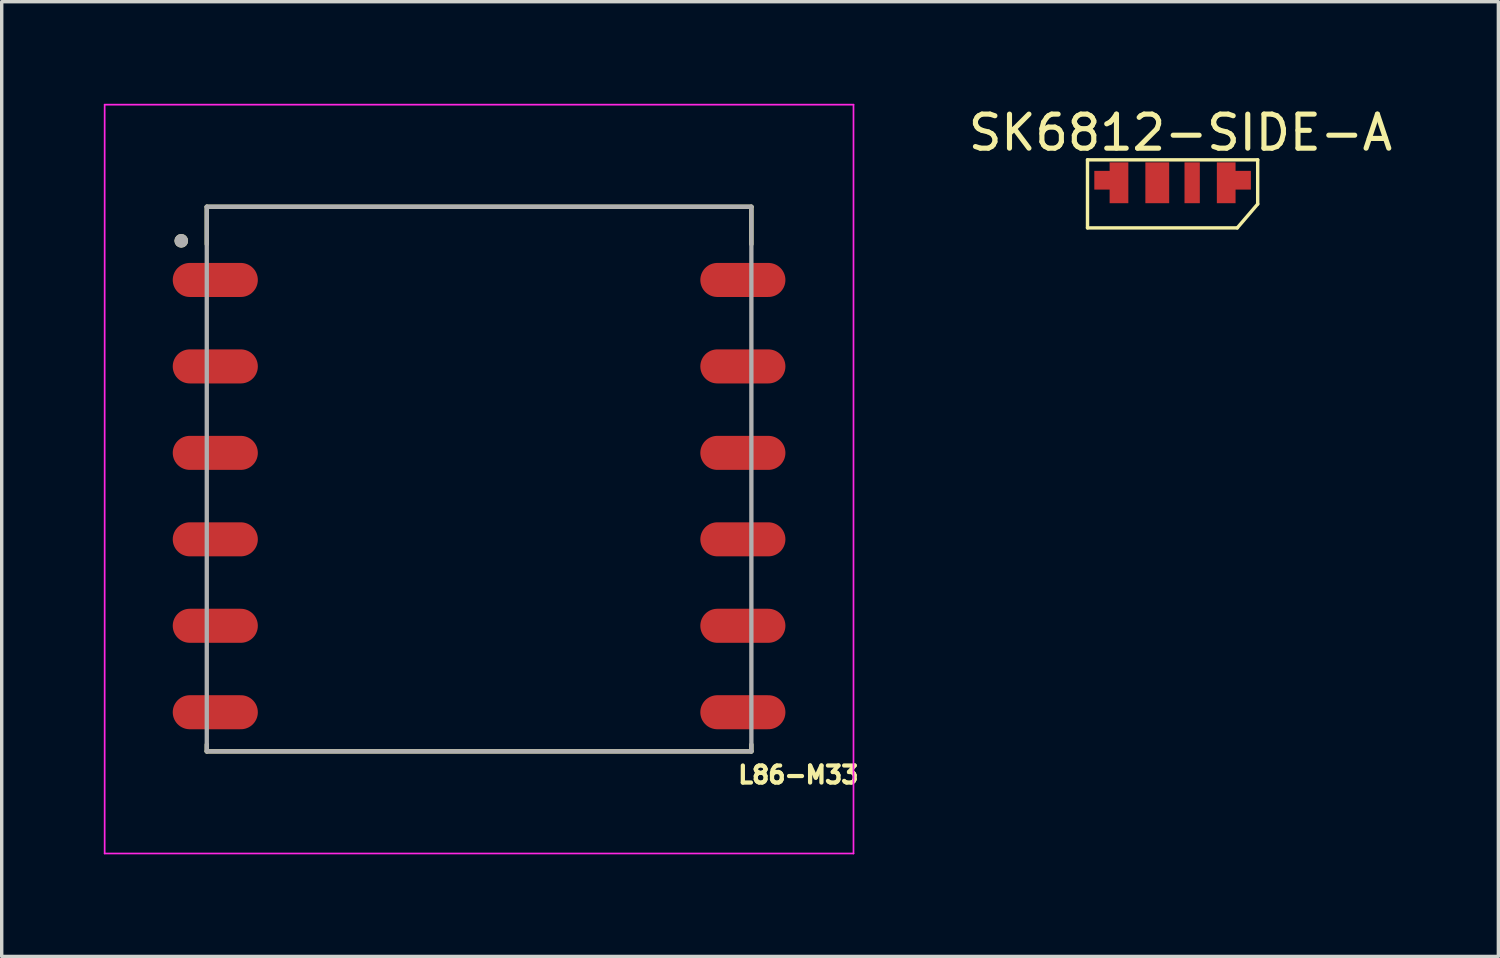
<source format=kicad_pcb>
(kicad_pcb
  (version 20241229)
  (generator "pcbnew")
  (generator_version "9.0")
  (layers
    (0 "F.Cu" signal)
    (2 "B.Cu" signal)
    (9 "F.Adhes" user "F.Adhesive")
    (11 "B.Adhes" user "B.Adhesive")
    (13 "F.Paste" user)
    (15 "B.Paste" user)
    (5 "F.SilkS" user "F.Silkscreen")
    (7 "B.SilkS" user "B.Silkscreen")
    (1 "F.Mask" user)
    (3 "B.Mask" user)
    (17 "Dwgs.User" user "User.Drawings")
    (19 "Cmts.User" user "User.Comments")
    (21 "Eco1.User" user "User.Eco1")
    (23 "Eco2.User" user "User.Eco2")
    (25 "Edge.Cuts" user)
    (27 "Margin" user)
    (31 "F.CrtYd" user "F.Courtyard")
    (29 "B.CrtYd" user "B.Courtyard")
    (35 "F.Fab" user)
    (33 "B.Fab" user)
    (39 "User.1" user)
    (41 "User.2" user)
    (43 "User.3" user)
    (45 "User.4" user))
  (footprint "SK6812-SIDE-A"
    (layer "F.Cu")
    (at 29.6 2.245)
    (property "Reference" "SK6812-SIDE-A" (at 2.032 -1.397 0) (layer "F.SilkS") (effects (font (size 1 1) (thickness 0.15))))
    (attr through_hole)
    (fp_line (start -0.7 -0.6) (end 4.3 -0.6) (stroke (width 0.1) (type solid)) (layer "F.SilkS"))
    (fp_line (start -0.7 1.4) (end -0.7 -0.6) (stroke (width 0.1) (type solid)) (layer "F.SilkS"))
    (fp_line (start 3.7 1.4) (end -0.7 1.4) (stroke (width 0.1) (type solid)) (layer "F.SilkS"))
    (fp_line (start 4.3 -0.6) (end 4.3 0.7) (stroke (width 0.1) (type solid)) (layer "F.SilkS"))
    (fp_line (start 4.3 0.7) (end 3.7 1.4) (stroke (width 0.1) (type solid)) (layer "F.SilkS"))
    (pad "1" smd custom (at 0 0) (size 1 0.55) (layers "F.Cu" "F.Mask" "F.Paste") (options (anchor rect)) (primitives (gr_poly (pts (xy -0.05 -0.525) (xy 0.5 -0.525) (xy 0.5 0.675) (xy -0.05 0.675)) (width 0) (fill yes))))
    (pad "2" smd rect (at 1.35 0) (size 0.7 1.2) (drill (offset 0 0.075)) (layers "F.Cu" "F.Mask" "F.Paste"))
    (pad "3" smd rect (at 2.375 0) (size 0.45 1.2) (drill (offset 0 0.075)) (layers "F.Cu" "F.Mask" "F.Paste"))
    (pad "4" smd custom (at 3.6 0) (size 1 0.55) (layers "F.Cu" "F.Mask" "F.Paste") (options (anchor rect)) (primitives (gr_poly (pts (xy 0.05 -0.525) (xy -0.5 -0.525) (xy -0.5 0.675) (xy 0.05 0.675)) (width 0) (fill yes)))))
  (footprint "L86-M33"
    (layer "F.Cu")
    (at 11.025 11.525)
    (property "Reference" "L86-M33" (at 9.38 8.19 0) (layer "F.SilkS") (effects (font (size 0.5 0.5) (thickness 0.125))))
    (attr smd)
    (fp_line (start -8 -8.5) (end 8 -8.5) (stroke (width 0.127) (type solid)) (layer "F.SilkS"))
    (fp_line (start -8 -7.4) (end -8 -8.5) (stroke (width 0.127) (type solid)) (layer "F.SilkS"))
    (fp_line (start -8 7.3) (end -8 7.5) (stroke (width 0.127) (type solid)) (layer "F.SilkS"))
    (fp_line (start -8 7.5) (end 8 7.5) (stroke (width 0.127) (type solid)) (layer "F.SilkS"))
    (fp_line (start 8 -8.5) (end 8 -7.4) (stroke (width 0.127) (type solid)) (layer "F.SilkS"))
    (fp_line (start 8 7.5) (end 8 7.3) (stroke (width 0.127) (type solid)) (layer "F.SilkS"))
    (fp_circle (center -8.75 -7.5) (end -8.65 -7.5) (stroke (width 0.2) (type solid)) (fill no) (layer "F.SilkS"))
    (fp_poly (pts (xy 7.1 -6.85) (xy 8.9 -6.85) (xy 8.952 -6.847) (xy 9.004 -6.839) (xy 9.055 -6.826) (xy 9.103 -6.807) (xy 9.15 -6.783) (xy 9.194 -6.755) (xy 9.235 -6.722) (xy 9.272 -6.685) (xy 9.305 -6.644) (xy 9.333 -6.6) (xy 9.357 -6.553) (xy 9.376 -6.505) (xy 9.389 -6.454) (xy 9.397 -6.402) (xy 9.4 -6.35) (xy 9.397 -6.298) (xy 9.389 -6.246) (xy 9.376 -6.195) (xy 9.357 -6.147) (xy 9.333 -6.1) (xy 9.305 -6.056) (xy 9.272 -6.015) (xy 9.235 -5.978) (xy 9.194 -5.945) (xy 9.15 -5.917) (xy 9.103 -5.893) (xy 9.055 -5.874) (xy 9.004 -5.861) (xy 8.952 -5.853) (xy 8.9 -5.85) (xy 7.1 -5.85) (xy 7.048 -5.853) (xy 6.996 -5.861) (xy 6.945 -5.874) (xy 6.897 -5.893) (xy 6.85 -5.917) (xy 6.806 -5.945) (xy 6.765 -5.978) (xy 6.728 -6.015) (xy 6.695 -6.056) (xy 6.667 -6.1) (xy 6.643 -6.147) (xy 6.624 -6.195) (xy 6.611 -6.246) (xy 6.603 -6.298) (xy 6.6 -6.35) (xy 6.603 -6.402) (xy 6.611 -6.454) (xy 6.624 -6.505) (xy 6.643 -6.553) (xy 6.667 -6.6) (xy 6.695 -6.644) (xy 6.728 -6.685) (xy 6.765 -6.722) (xy 6.806 -6.755) (xy 6.85 -6.783) (xy 6.897 -6.807) (xy 6.945 -6.826) (xy 6.996 -6.839) (xy 7.048 -6.847) (xy 7.1 -6.85)) (stroke (width 0.01) (type solid)) (fill yes) (layer "F.Paste"))
    (fp_poly (pts (xy 7.1 -4.31) (xy 8.9 -4.31) (xy 8.952 -4.307) (xy 9.004 -4.299) (xy 9.055 -4.286) (xy 9.103 -4.267) (xy 9.15 -4.243) (xy 9.194 -4.215) (xy 9.235 -4.182) (xy 9.272 -4.145) (xy 9.305 -4.104) (xy 9.333 -4.06) (xy 9.357 -4.013) (xy 9.376 -3.965) (xy 9.389 -3.914) (xy 9.397 -3.862) (xy 9.4 -3.81) (xy 9.397 -3.758) (xy 9.389 -3.706) (xy 9.376 -3.655) (xy 9.357 -3.607) (xy 9.333 -3.56) (xy 9.305 -3.516) (xy 9.272 -3.475) (xy 9.235 -3.438) (xy 9.194 -3.405) (xy 9.15 -3.377) (xy 9.103 -3.353) (xy 9.055 -3.334) (xy 9.004 -3.321) (xy 8.952 -3.313) (xy 8.9 -3.31) (xy 7.1 -3.31) (xy 7.048 -3.313) (xy 6.996 -3.321) (xy 6.945 -3.334) (xy 6.897 -3.353) (xy 6.85 -3.377) (xy 6.806 -3.405) (xy 6.765 -3.438) (xy 6.728 -3.475) (xy 6.695 -3.516) (xy 6.667 -3.56) (xy 6.643 -3.607) (xy 6.624 -3.655) (xy 6.611 -3.706) (xy 6.603 -3.758) (xy 6.6 -3.81) (xy 6.603 -3.862) (xy 6.611 -3.914) (xy 6.624 -3.965) (xy 6.643 -4.013) (xy 6.667 -4.06) (xy 6.695 -4.104) (xy 6.728 -4.145) (xy 6.765 -4.182) (xy 6.806 -4.215) (xy 6.85 -4.243) (xy 6.897 -4.267) (xy 6.945 -4.286) (xy 6.996 -4.299) (xy 7.048 -4.307) (xy 7.1 -4.31)) (stroke (width 0.01) (type solid)) (fill yes) (layer "F.Paste"))
    (fp_poly (pts (xy 7.1 -1.77) (xy 8.9 -1.77) (xy 8.952 -1.767) (xy 9.004 -1.759) (xy 9.055 -1.746) (xy 9.103 -1.727) (xy 9.15 -1.703) (xy 9.194 -1.675) (xy 9.235 -1.642) (xy 9.272 -1.605) (xy 9.305 -1.564) (xy 9.333 -1.52) (xy 9.357 -1.473) (xy 9.376 -1.425) (xy 9.389 -1.374) (xy 9.397 -1.322) (xy 9.4 -1.27) (xy 9.397 -1.218) (xy 9.389 -1.166) (xy 9.376 -1.115) (xy 9.357 -1.067) (xy 9.333 -1.02) (xy 9.305 -0.976) (xy 9.272 -0.935) (xy 9.235 -0.898) (xy 9.194 -0.865) (xy 9.15 -0.837) (xy 9.103 -0.813) (xy 9.055 -0.794) (xy 9.004 -0.781) (xy 8.952 -0.773) (xy 8.9 -0.77) (xy 7.1 -0.77) (xy 7.048 -0.773) (xy 6.996 -0.781) (xy 6.945 -0.794) (xy 6.897 -0.813) (xy 6.85 -0.837) (xy 6.806 -0.865) (xy 6.765 -0.898) (xy 6.728 -0.935) (xy 6.695 -0.976) (xy 6.667 -1.02) (xy 6.643 -1.067) (xy 6.624 -1.115) (xy 6.611 -1.166) (xy 6.603 -1.218) (xy 6.6 -1.27) (xy 6.603 -1.322) (xy 6.611 -1.374) (xy 6.624 -1.425) (xy 6.643 -1.473) (xy 6.667 -1.52) (xy 6.695 -1.564) (xy 6.728 -1.605) (xy 6.765 -1.642) (xy 6.806 -1.675) (xy 6.85 -1.703) (xy 6.897 -1.727) (xy 6.945 -1.746) (xy 6.996 -1.759) (xy 7.048 -1.767) (xy 7.1 -1.77)) (stroke (width 0.01) (type solid)) (fill yes) (layer "F.Paste"))
    (fp_poly (pts (xy 7.1 0.77) (xy 8.9 0.77) (xy 8.952 0.773) (xy 9.004 0.781) (xy 9.055 0.794) (xy 9.103 0.813) (xy 9.15 0.837) (xy 9.194 0.865) (xy 9.235 0.898) (xy 9.272 0.935) (xy 9.305 0.976) (xy 9.333 1.02) (xy 9.357 1.067) (xy 9.376 1.115) (xy 9.389 1.166) (xy 9.397 1.218) (xy 9.4 1.27) (xy 9.397 1.322) (xy 9.389 1.374) (xy 9.376 1.425) (xy 9.357 1.473) (xy 9.333 1.52) (xy 9.305 1.564) (xy 9.272 1.605) (xy 9.235 1.642) (xy 9.194 1.675) (xy 9.15 1.703) (xy 9.103 1.727) (xy 9.055 1.746) (xy 9.004 1.759) (xy 8.952 1.767) (xy 8.9 1.77) (xy 7.1 1.77) (xy 7.048 1.767) (xy 6.996 1.759) (xy 6.945 1.746) (xy 6.897 1.727) (xy 6.85 1.703) (xy 6.806 1.675) (xy 6.765 1.642) (xy 6.728 1.605) (xy 6.695 1.564) (xy 6.667 1.52) (xy 6.643 1.473) (xy 6.624 1.425) (xy 6.611 1.374) (xy 6.603 1.322) (xy 6.6 1.27) (xy 6.603 1.218) (xy 6.611 1.166) (xy 6.624 1.115) (xy 6.643 1.067) (xy 6.667 1.02) (xy 6.695 0.976) (xy 6.728 0.935) (xy 6.765 0.898) (xy 6.806 0.865) (xy 6.85 0.837) (xy 6.897 0.813) (xy 6.945 0.794) (xy 6.996 0.781) (xy 7.048 0.773) (xy 7.1 0.77)) (stroke (width 0.01) (type solid)) (fill yes) (layer "F.Paste"))
    (fp_poly (pts (xy 7.1 3.31) (xy 8.9 3.31) (xy 8.952 3.313) (xy 9.004 3.321) (xy 9.055 3.334) (xy 9.103 3.353) (xy 9.15 3.377) (xy 9.194 3.405) (xy 9.235 3.438) (xy 9.272 3.475) (xy 9.305 3.516) (xy 9.333 3.56) (xy 9.357 3.607) (xy 9.376 3.655) (xy 9.389 3.706) (xy 9.397 3.758) (xy 9.4 3.81) (xy 9.397 3.862) (xy 9.389 3.914) (xy 9.376 3.965) (xy 9.357 4.013) (xy 9.333 4.06) (xy 9.305 4.104) (xy 9.272 4.145) (xy 9.235 4.182) (xy 9.194 4.215) (xy 9.15 4.243) (xy 9.103 4.267) (xy 9.055 4.286) (xy 9.004 4.299) (xy 8.952 4.307) (xy 8.9 4.31) (xy 7.1 4.31) (xy 7.048 4.307) (xy 6.996 4.299) (xy 6.945 4.286) (xy 6.897 4.267) (xy 6.85 4.243) (xy 6.806 4.215) (xy 6.765 4.182) (xy 6.728 4.145) (xy 6.695 4.104) (xy 6.667 4.06) (xy 6.643 4.013) (xy 6.624 3.965) (xy 6.611 3.914) (xy 6.603 3.862) (xy 6.6 3.81) (xy 6.603 3.758) (xy 6.611 3.706) (xy 6.624 3.655) (xy 6.643 3.607) (xy 6.667 3.56) (xy 6.695 3.516) (xy 6.728 3.475) (xy 6.765 3.438) (xy 6.806 3.405) (xy 6.85 3.377) (xy 6.897 3.353) (xy 6.945 3.334) (xy 6.996 3.321) (xy 7.048 3.313) (xy 7.1 3.31)) (stroke (width 0.01) (type solid)) (fill yes) (layer "F.Paste"))
    (fp_poly (pts (xy 7.1 5.85) (xy 8.9 5.85) (xy 8.952 5.853) (xy 9.004 5.861) (xy 9.055 5.874) (xy 9.103 5.893) (xy 9.15 5.917) (xy 9.194 5.945) (xy 9.235 5.978) (xy 9.272 6.015) (xy 9.305 6.056) (xy 9.333 6.1) (xy 9.357 6.147) (xy 9.376 6.195) (xy 9.389 6.246) (xy 9.397 6.298) (xy 9.4 6.35) (xy 9.397 6.402) (xy 9.389 6.454) (xy 9.376 6.505) (xy 9.357 6.553) (xy 9.333 6.6) (xy 9.305 6.644) (xy 9.272 6.685) (xy 9.235 6.722) (xy 9.194 6.755) (xy 9.15 6.783) (xy 9.103 6.807) (xy 9.055 6.826) (xy 9.004 6.839) (xy 8.952 6.847) (xy 8.9 6.85) (xy 7.1 6.85) (xy 7.048 6.847) (xy 6.996 6.839) (xy 6.945 6.826) (xy 6.897 6.807) (xy 6.85 6.783) (xy 6.806 6.755) (xy 6.765 6.722) (xy 6.728 6.685) (xy 6.695 6.644) (xy 6.667 6.6) (xy 6.643 6.553) (xy 6.624 6.505) (xy 6.611 6.454) (xy 6.603 6.402) (xy 6.6 6.35) (xy 6.603 6.298) (xy 6.611 6.246) (xy 6.624 6.195) (xy 6.643 6.147) (xy 6.667 6.1) (xy 6.695 6.056) (xy 6.728 6.015) (xy 6.765 5.978) (xy 6.806 5.945) (xy 6.85 5.917) (xy 6.897 5.893) (xy 6.945 5.874) (xy 6.996 5.861) (xy 7.048 5.853) (xy 7.1 5.85)) (stroke (width 0.01) (type solid)) (fill yes) (layer "F.Paste"))
    (fp_poly (pts (xy -8 -6.85) (xy -7.2 -6.85) (xy -7.1 -6.85) (xy -7.048 -6.847) (xy -6.996 -6.839) (xy -6.945 -6.826) (xy -6.897 -6.807) (xy -6.85 -6.783) (xy -6.806 -6.755) (xy -6.765 -6.722) (xy -6.728 -6.685) (xy -6.695 -6.644) (xy -6.667 -6.6) (xy -6.643 -6.553) (xy -6.624 -6.505) (xy -6.611 -6.454) (xy -6.603 -6.402) (xy -6.6 -6.35) (xy -6.603 -6.298) (xy -6.611 -6.246) (xy -6.624 -6.195) (xy -6.643 -6.147) (xy -6.667 -6.1) (xy -6.695 -6.056) (xy -6.728 -6.015) (xy -6.765 -5.978) (xy -6.806 -5.945) (xy -6.85 -5.917) (xy -6.897 -5.893) (xy -6.945 -5.874) (xy -6.996 -5.861) (xy -7.048 -5.853) (xy -7.1 -5.85) (xy -8.9 -5.85) (xy -8.952 -5.853) (xy -9.004 -5.861) (xy -9.055 -5.874) (xy -9.103 -5.893) (xy -9.15 -5.917) (xy -9.194 -5.945) (xy -9.235 -5.978) (xy -9.272 -6.015) (xy -9.305 -6.056) (xy -9.333 -6.1) (xy -9.357 -6.147) (xy -9.376 -6.195) (xy -9.389 -6.246) (xy -9.397 -6.298) (xy -9.4 -6.35) (xy -9.397 -6.402) (xy -9.389 -6.454) (xy -9.376 -6.505) (xy -9.357 -6.553) (xy -9.333 -6.6) (xy -9.305 -6.644) (xy -9.272 -6.685) (xy -9.235 -6.722) (xy -9.194 -6.755) (xy -9.15 -6.783) (xy -9.103 -6.807) (xy -9.055 -6.826) (xy -9.004 -6.839) (xy -8.952 -6.847) (xy -8.9 -6.85) (xy -8 -6.85)) (stroke (width 0.01) (type solid)) (fill yes) (layer "F.Paste"))
    (fp_poly (pts (xy -8 -4.31) (xy -7.2 -4.31) (xy -7.1 -4.31) (xy -7.048 -4.307) (xy -6.996 -4.299) (xy -6.945 -4.286) (xy -6.897 -4.267) (xy -6.85 -4.243) (xy -6.806 -4.215) (xy -6.765 -4.182) (xy -6.728 -4.145) (xy -6.695 -4.104) (xy -6.667 -4.06) (xy -6.643 -4.013) (xy -6.624 -3.965) (xy -6.611 -3.914) (xy -6.603 -3.862) (xy -6.6 -3.81) (xy -6.603 -3.758) (xy -6.611 -3.706) (xy -6.624 -3.655) (xy -6.643 -3.607) (xy -6.667 -3.56) (xy -6.695 -3.516) (xy -6.728 -3.475) (xy -6.765 -3.438) (xy -6.806 -3.405) (xy -6.85 -3.377) (xy -6.897 -3.353) (xy -6.945 -3.334) (xy -6.996 -3.321) (xy -7.048 -3.313) (xy -7.1 -3.31) (xy -8.9 -3.31) (xy -8.952 -3.313) (xy -9.004 -3.321) (xy -9.055 -3.334) (xy -9.103 -3.353) (xy -9.15 -3.377) (xy -9.194 -3.405) (xy -9.235 -3.438) (xy -9.272 -3.475) (xy -9.305 -3.516) (xy -9.333 -3.56) (xy -9.357 -3.607) (xy -9.376 -3.655) (xy -9.389 -3.706) (xy -9.397 -3.758) (xy -9.4 -3.81) (xy -9.397 -3.862) (xy -9.389 -3.914) (xy -9.376 -3.965) (xy -9.357 -4.013) (xy -9.333 -4.06) (xy -9.305 -4.104) (xy -9.272 -4.145) (xy -9.235 -4.182) (xy -9.194 -4.215) (xy -9.15 -4.243) (xy -9.103 -4.267) (xy -9.055 -4.286) (xy -9.004 -4.299) (xy -8.952 -4.307) (xy -8.9 -4.31) (xy -8 -4.31)) (stroke (width 0.01) (type solid)) (fill yes) (layer "F.Paste"))
    (fp_poly (pts (xy -8 -1.77) (xy -7.2 -1.77) (xy -7.1 -1.77) (xy -7.048 -1.767) (xy -6.996 -1.759) (xy -6.945 -1.746) (xy -6.897 -1.727) (xy -6.85 -1.703) (xy -6.806 -1.675) (xy -6.765 -1.642) (xy -6.728 -1.605) (xy -6.695 -1.564) (xy -6.667 -1.52) (xy -6.643 -1.473) (xy -6.624 -1.425) (xy -6.611 -1.374) (xy -6.603 -1.322) (xy -6.6 -1.27) (xy -6.603 -1.218) (xy -6.611 -1.166) (xy -6.624 -1.115) (xy -6.643 -1.067) (xy -6.667 -1.02) (xy -6.695 -0.976) (xy -6.728 -0.935) (xy -6.765 -0.898) (xy -6.806 -0.865) (xy -6.85 -0.837) (xy -6.897 -0.813) (xy -6.945 -0.794) (xy -6.996 -0.781) (xy -7.048 -0.773) (xy -7.1 -0.77) (xy -8.9 -0.77) (xy -8.952 -0.773) (xy -9.004 -0.781) (xy -9.055 -0.794) (xy -9.103 -0.813) (xy -9.15 -0.837) (xy -9.194 -0.865) (xy -9.235 -0.898) (xy -9.272 -0.935) (xy -9.305 -0.976) (xy -9.333 -1.02) (xy -9.357 -1.067) (xy -9.376 -1.115) (xy -9.389 -1.166) (xy -9.397 -1.218) (xy -9.4 -1.27) (xy -9.397 -1.322) (xy -9.389 -1.374) (xy -9.376 -1.425) (xy -9.357 -1.473) (xy -9.333 -1.52) (xy -9.305 -1.564) (xy -9.272 -1.605) (xy -9.235 -1.642) (xy -9.194 -1.675) (xy -9.15 -1.703) (xy -9.103 -1.727) (xy -9.055 -1.746) (xy -9.004 -1.759) (xy -8.952 -1.767) (xy -8.9 -1.77) (xy -8 -1.77)) (stroke (width 0.01) (type solid)) (fill yes) (layer "F.Paste"))
    (fp_poly (pts (xy -8 0.77) (xy -7.2 0.77) (xy -7.1 0.77) (xy -7.048 0.773) (xy -6.996 0.781) (xy -6.945 0.794) (xy -6.897 0.813) (xy -6.85 0.837) (xy -6.806 0.865) (xy -6.765 0.898) (xy -6.728 0.935) (xy -6.695 0.976) (xy -6.667 1.02) (xy -6.643 1.067) (xy -6.624 1.115) (xy -6.611 1.166) (xy -6.603 1.218) (xy -6.6 1.27) (xy -6.603 1.322) (xy -6.611 1.374) (xy -6.624 1.425) (xy -6.643 1.473) (xy -6.667 1.52) (xy -6.695 1.564) (xy -6.728 1.605) (xy -6.765 1.642) (xy -6.806 1.675) (xy -6.85 1.703) (xy -6.897 1.727) (xy -6.945 1.746) (xy -6.996 1.759) (xy -7.048 1.767) (xy -7.1 1.77) (xy -8.9 1.77) (xy -8.952 1.767) (xy -9.004 1.759) (xy -9.055 1.746) (xy -9.103 1.727) (xy -9.15 1.703) (xy -9.194 1.675) (xy -9.235 1.642) (xy -9.272 1.605) (xy -9.305 1.564) (xy -9.333 1.52) (xy -9.357 1.473) (xy -9.376 1.425) (xy -9.389 1.374) (xy -9.397 1.322) (xy -9.4 1.27) (xy -9.397 1.218) (xy -9.389 1.166) (xy -9.376 1.115) (xy -9.357 1.067) (xy -9.333 1.02) (xy -9.305 0.976) (xy -9.272 0.935) (xy -9.235 0.898) (xy -9.194 0.865) (xy -9.15 0.837) (xy -9.103 0.813) (xy -9.055 0.794) (xy -9.004 0.781) (xy -8.952 0.773) (xy -8.9 0.77) (xy -8 0.77)) (stroke (width 0.01) (type solid)) (fill yes) (layer "F.Paste"))
    (fp_poly (pts (xy -8 3.31) (xy -7.2 3.31) (xy -7.1 3.31) (xy -7.048 3.313) (xy -6.996 3.321) (xy -6.945 3.334) (xy -6.897 3.353) (xy -6.85 3.377) (xy -6.806 3.405) (xy -6.765 3.438) (xy -6.728 3.475) (xy -6.695 3.516) (xy -6.667 3.56) (xy -6.643 3.607) (xy -6.624 3.655) (xy -6.611 3.706) (xy -6.603 3.758) (xy -6.6 3.81) (xy -6.603 3.862) (xy -6.611 3.914) (xy -6.624 3.965) (xy -6.643 4.013) (xy -6.667 4.06) (xy -6.695 4.104) (xy -6.728 4.145) (xy -6.765 4.182) (xy -6.806 4.215) (xy -6.85 4.243) (xy -6.897 4.267) (xy -6.945 4.286) (xy -6.996 4.299) (xy -7.048 4.307) (xy -7.1 4.31) (xy -8.9 4.31) (xy -8.952 4.307) (xy -9.004 4.299) (xy -9.055 4.286) (xy -9.103 4.267) (xy -9.15 4.243) (xy -9.194 4.215) (xy -9.235 4.182) (xy -9.272 4.145) (xy -9.305 4.104) (xy -9.333 4.06) (xy -9.357 4.013) (xy -9.376 3.965) (xy -9.389 3.914) (xy -9.397 3.862) (xy -9.4 3.81) (xy -9.397 3.758) (xy -9.389 3.706) (xy -9.376 3.655) (xy -9.357 3.607) (xy -9.333 3.56) (xy -9.305 3.516) (xy -9.272 3.475) (xy -9.235 3.438) (xy -9.194 3.405) (xy -9.15 3.377) (xy -9.103 3.353) (xy -9.055 3.334) (xy -9.004 3.321) (xy -8.952 3.313) (xy -8.9 3.31) (xy -8 3.31)) (stroke (width 0.01) (type solid)) (fill yes) (layer "F.Paste"))
    (fp_poly (pts (xy -8 5.85) (xy -7.2 5.85) (xy -7.1 5.85) (xy -7.048 5.853) (xy -6.996 5.861) (xy -6.945 5.874) (xy -6.897 5.893) (xy -6.85 5.917) (xy -6.806 5.945) (xy -6.765 5.978) (xy -6.728 6.015) (xy -6.695 6.056) (xy -6.667 6.1) (xy -6.643 6.147) (xy -6.624 6.195) (xy -6.611 6.246) (xy -6.603 6.298) (xy -6.6 6.35) (xy -6.603 6.402) (xy -6.611 6.454) (xy -6.624 6.505) (xy -6.643 6.553) (xy -6.667 6.6) (xy -6.695 6.644) (xy -6.728 6.685) (xy -6.765 6.722) (xy -6.806 6.755) (xy -6.85 6.783) (xy -6.897 6.807) (xy -6.945 6.826) (xy -6.996 6.839) (xy -7.048 6.847) (xy -7.1 6.85) (xy -8.9 6.85) (xy -8.952 6.847) (xy -9.004 6.839) (xy -9.055 6.826) (xy -9.103 6.807) (xy -9.15 6.783) (xy -9.194 6.755) (xy -9.235 6.722) (xy -9.272 6.685) (xy -9.305 6.644) (xy -9.333 6.6) (xy -9.357 6.553) (xy -9.376 6.505) (xy -9.389 6.454) (xy -9.397 6.402) (xy -9.4 6.35) (xy -9.397 6.298) (xy -9.389 6.246) (xy -9.376 6.195) (xy -9.357 6.147) (xy -9.333 6.1) (xy -9.305 6.056) (xy -9.272 6.015) (xy -9.235 5.978) (xy -9.194 5.945) (xy -9.15 5.917) (xy -9.103 5.893) (xy -9.055 5.874) (xy -9.004 5.861) (xy -8.952 5.853) (xy -8.9 5.85) (xy -8 5.85)) (stroke (width 0.01) (type solid)) (fill yes) (layer "F.Paste"))
    (fp_line (start -11 -11.5) (end 11 -11.5) (stroke (width 0.05) (type solid)) (layer "F.CrtYd"))
    (fp_line (start -11 10.5) (end -11 -11.5) (stroke (width 0.05) (type solid)) (layer "F.CrtYd"))
    (fp_line (start 11 -11.5) (end 11 10.5) (stroke (width 0.05) (type solid)) (layer "F.CrtYd"))
    (fp_line (start 11 10.5) (end -11 10.5) (stroke (width 0.05) (type solid)) (layer "F.CrtYd"))
    (fp_line (start -8 -8.5) (end -8 7.5) (stroke (width 0.127) (type solid)) (layer "F.Fab"))
    (fp_line (start -8 7.5) (end 8 7.5) (stroke (width 0.127) (type solid)) (layer "F.Fab"))
    (fp_line (start 8 -8.5) (end -8 -8.5) (stroke (width 0.127) (type solid)) (layer "F.Fab"))
    (fp_line (start 8 7.5) (end 8 -8.5) (stroke (width 0.127) (type solid)) (layer "F.Fab"))
    (fp_circle (center -8.75 -7.5) (end -8.65 -7.5) (stroke (width 0.2) (type solid)) (fill no) (layer "F.Fab"))
    (pad "1" smd oval (at -7.75 -6.35) (size 2.5 1) (layers "F.Cu" "F.Mask"))
    (pad "2" smd oval (at -7.75 -3.81) (size 2.5 1) (layers "F.Cu" "F.Mask"))
    (pad "3" smd oval (at -7.75 -1.27) (size 2.5 1) (layers "F.Cu" "F.Mask"))
    (pad "4" smd oval (at -7.75 1.27) (size 2.5 1) (layers "F.Cu" "F.Mask"))
    (pad "5" smd oval (at -7.75 3.81) (size 2.5 1) (layers "F.Cu" "F.Mask"))
    (pad "6" smd oval (at -7.75 6.35) (size 2.5 1) (layers "F.Cu" "F.Mask"))
    (pad "7" smd oval (at 7.75 6.35) (size 2.5 1) (layers "F.Cu" "F.Mask"))
    (pad "8" smd oval (at 7.75 3.81) (size 2.5 1) (layers "F.Cu" "F.Mask"))
    (pad "9" smd oval (at 7.75 1.27) (size 2.5 1) (layers "F.Cu" "F.Mask"))
    (pad "10" smd oval (at 7.75 -1.27) (size 2.5 1) (layers "F.Cu" "F.Mask"))
    (pad "11" smd oval (at 7.75 -3.81) (size 2.5 1) (layers "F.Cu" "F.Mask"))
    (pad "12" smd oval (at 7.75 -6.35) (size 2.5 1) (layers "F.Cu" "F.Mask")))
  (gr_rect
    (start -3 -3)
    (end 40.971 25.05)
    (stroke (width 0.1) (type default))
    (fill no)
    (layer "Edge.Cuts")))
</source>
